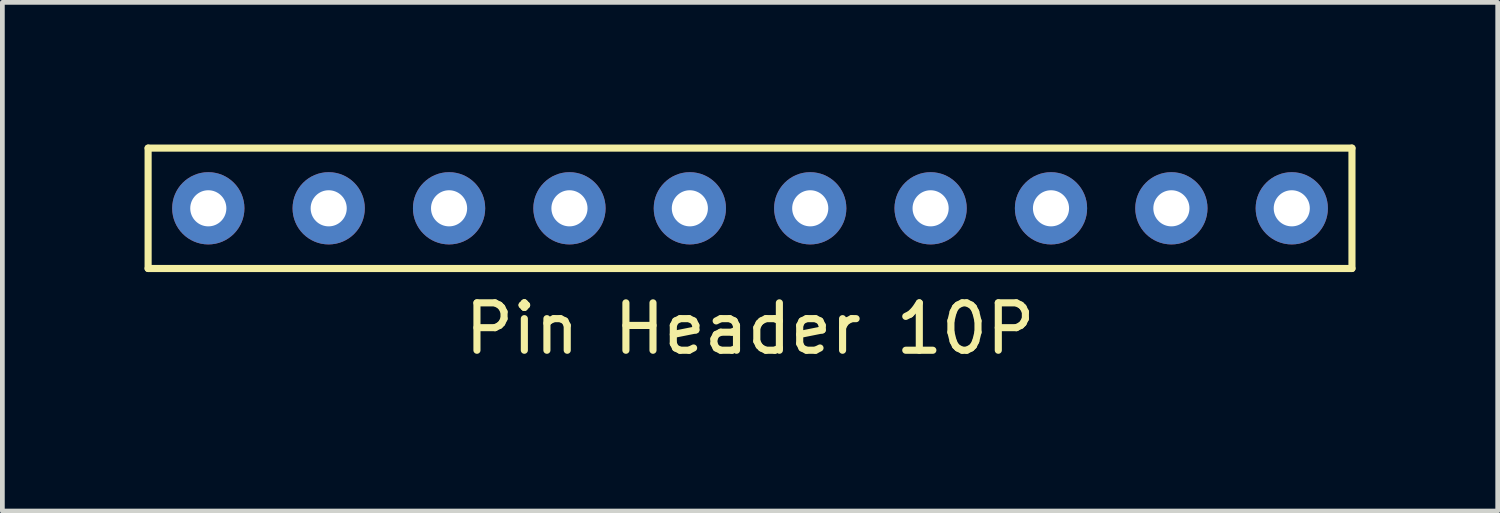
<source format=kicad_pcb>
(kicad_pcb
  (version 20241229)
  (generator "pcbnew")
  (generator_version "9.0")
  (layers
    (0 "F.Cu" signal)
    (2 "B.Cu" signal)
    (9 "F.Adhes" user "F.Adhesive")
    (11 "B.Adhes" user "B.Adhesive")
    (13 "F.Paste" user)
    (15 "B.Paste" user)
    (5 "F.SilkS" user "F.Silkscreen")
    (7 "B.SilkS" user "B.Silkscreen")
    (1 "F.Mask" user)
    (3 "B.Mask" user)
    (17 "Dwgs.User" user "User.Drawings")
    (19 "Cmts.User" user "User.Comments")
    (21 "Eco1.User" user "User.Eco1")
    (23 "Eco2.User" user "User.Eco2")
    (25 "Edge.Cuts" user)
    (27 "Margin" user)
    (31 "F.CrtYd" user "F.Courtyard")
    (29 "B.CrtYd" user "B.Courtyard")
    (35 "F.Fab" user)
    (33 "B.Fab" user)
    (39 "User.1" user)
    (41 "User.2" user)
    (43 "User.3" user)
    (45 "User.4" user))
  (footprint "Pin Header 10P"
    (layer "F.Cu")
    (at 12.775 1.345)
    (property "Reference" "Pin Header 10P" (at 0 2.54 0) (layer "F.SilkS") (effects (font (size 1 1) (thickness 0.15))))
    (attr through_hole)
    (fp_line (start -12.7 -1.27) (end -12.7 1.27) (stroke (width 0.15) (type solid)) (layer "F.SilkS"))
    (fp_line (start -12.7 1.27) (end 12.7 1.27) (stroke (width 0.15) (type solid)) (layer "F.SilkS"))
    (fp_line (start 12.7 -1.27) (end -12.7 -1.27) (stroke (width 0.15) (type solid)) (layer "F.SilkS"))
    (fp_line (start 12.7 1.27) (end 12.7 -1.27) (stroke (width 0.15) (type solid)) (layer "F.SilkS"))
    (pad "1" thru_hole circle (at -11.43 0) (size 1.524 1.524) (drill 0.762) (layers "*.Cu" "*.Mask"))
    (pad "2" thru_hole circle (at -8.89 0) (size 1.524 1.524) (drill 0.762) (layers "*.Cu" "*.Mask"))
    (pad "3" thru_hole circle (at -6.35 0) (size 1.524 1.524) (drill 0.762) (layers "*.Cu" "*.Mask"))
    (pad "4" thru_hole circle (at -3.81 0) (size 1.524 1.524) (drill 0.762) (layers "*.Cu" "*.Mask"))
    (pad "5" thru_hole circle (at -1.27 0) (size 1.524 1.524) (drill 0.762) (layers "*.Cu" "*.Mask"))
    (pad "6" thru_hole circle (at 1.27 0) (size 1.524 1.524) (drill 0.762) (layers "*.Cu" "*.Mask"))
    (pad "7" thru_hole circle (at 3.81 0) (size 1.524 1.524) (drill 0.762) (layers "*.Cu" "*.Mask"))
    (pad "8" thru_hole circle (at 6.35 0) (size 1.524 1.524) (drill 0.762) (layers "*.Cu" "*.Mask"))
    (pad "9" thru_hole circle (at 8.89 0) (size 1.524 1.524) (drill 0.762) (layers "*.Cu" "*.Mask"))
    (pad "10" thru_hole circle (at 11.43 0) (size 1.524 1.524) (drill 0.762) (layers "*.Cu" "*.Mask")))
  (gr_rect
    (start -3 -3)
    (end 28.55 7.733)
    (stroke (width 0.1) (type default))
    (fill no)
    (layer "Edge.Cuts")))
</source>
